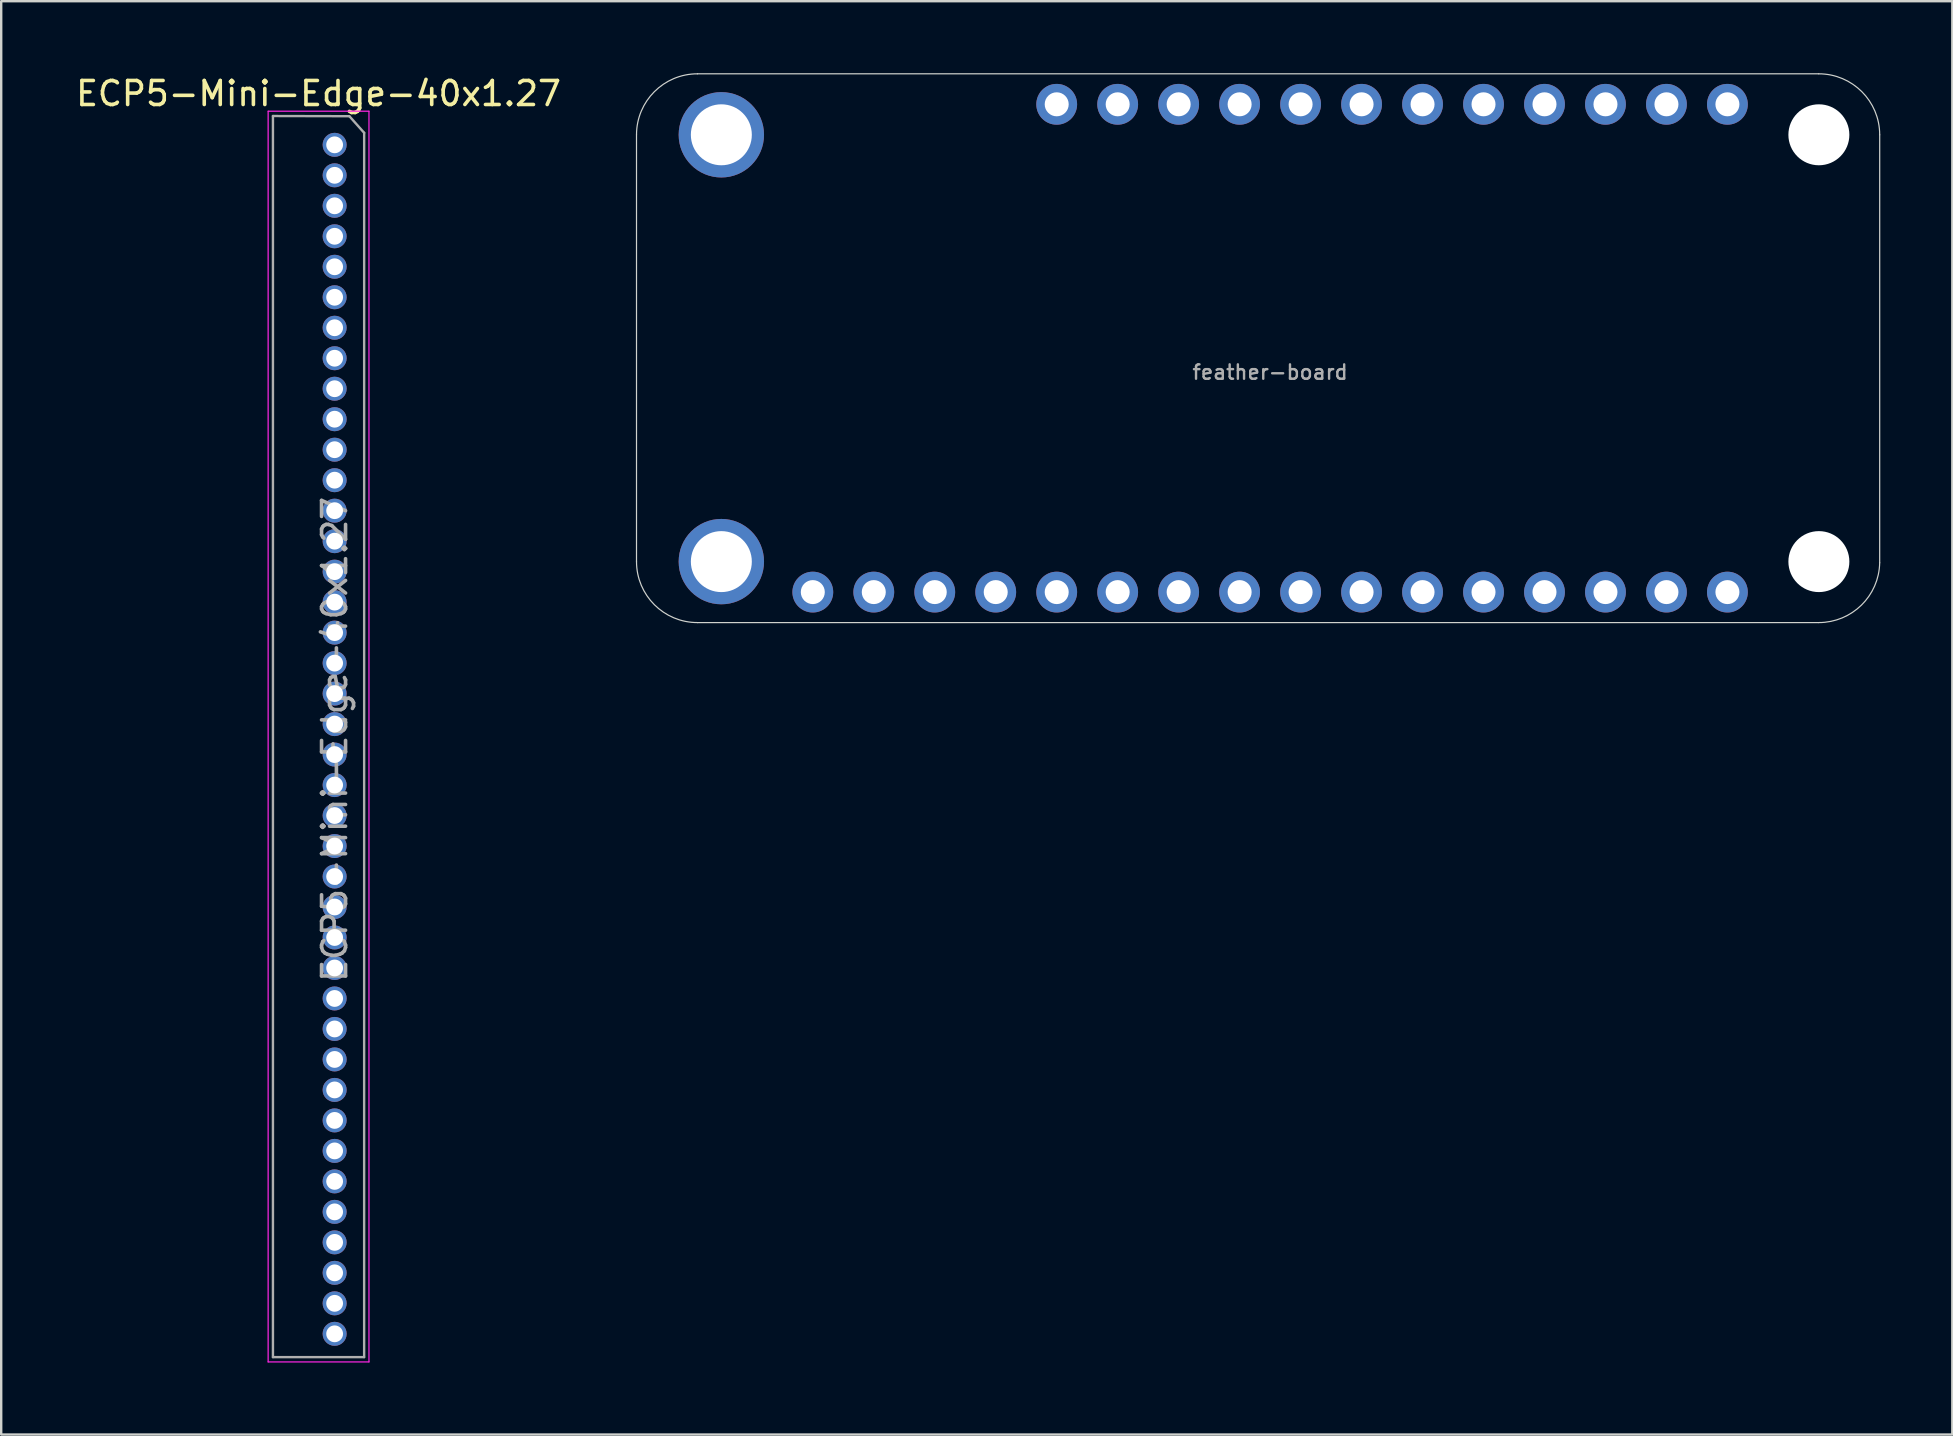
<source format=kicad_pcb>
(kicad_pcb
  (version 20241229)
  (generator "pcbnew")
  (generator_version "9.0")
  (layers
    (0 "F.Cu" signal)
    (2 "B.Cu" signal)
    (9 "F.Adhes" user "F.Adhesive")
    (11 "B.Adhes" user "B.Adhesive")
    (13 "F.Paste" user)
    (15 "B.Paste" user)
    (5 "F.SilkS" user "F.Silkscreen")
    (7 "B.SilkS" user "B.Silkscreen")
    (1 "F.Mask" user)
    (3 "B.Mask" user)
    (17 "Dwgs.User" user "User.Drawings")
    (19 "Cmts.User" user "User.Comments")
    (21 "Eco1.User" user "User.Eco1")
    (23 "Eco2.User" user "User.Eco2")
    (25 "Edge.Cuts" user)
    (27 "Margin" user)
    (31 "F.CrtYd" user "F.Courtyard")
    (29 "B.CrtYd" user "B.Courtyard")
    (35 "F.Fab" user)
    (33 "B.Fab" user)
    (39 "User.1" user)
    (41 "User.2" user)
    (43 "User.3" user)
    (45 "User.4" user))
  (footprint "feather-board"
    (layer "F.Cu")
    (at 49.859 11.455)
    (property "Reference" "feather-board" (at 0 1 0) (layer "F.Fab") (effects (font (size 0.6 0.6) (thickness 0.1))))
    (fp_line (start -26.394 -8.89) (end -26.394 8.89) (stroke (width 0.05) (type solid)) (layer "Edge.Cuts"))
    (fp_line (start -23.854 11.43) (end 22.854 11.43) (stroke (width 0.05) (type solid)) (layer "Edge.Cuts"))
    (fp_line (start 22.854 -11.43) (end -23.854 -11.43) (stroke (width 0.05) (type solid)) (layer "Edge.Cuts"))
    (fp_line (start 25.393 8.939) (end 25.394 -8.89) (stroke (width 0.05) (type solid)) (layer "Edge.Cuts"))
    (fp_arc (start -26.3936 -8.89) (mid -25.649651 -10.686051) (end -23.8536 -11.43) (stroke (width 0.05) (type solid)) (layer "Edge.Cuts"))
    (fp_arc (start -23.8536 11.43) (mid -25.649651 10.686051) (end -26.3936 8.89) (stroke (width 0.05) (type solid)) (layer "Edge.Cuts"))
    (fp_arc (start 22.8536 -11.43) (mid 24.649651 -10.686051) (end 25.3936 -8.89) (stroke (width 0.05) (type solid)) (layer "Edge.Cuts"))
    (fp_arc (start 25.393132 8.938762) (mid 24.632328 10.703209) (end 22.8536 11.43) (stroke (width 0.05) (type solid)) (layer "Edge.Cuts"))
    (fp_text user "${REFERENCE}" (at 17.78 8.89 180) (layer "Eco1.User") (effects (font (size 0.3 0.3) (thickness 0.03))))
    (pad "" np_thru_hole circle (at 22.86 -8.89) (size 2.54 2.54) (drill 2.54) (layers "*.Cu" "*.Mask"))
    (pad "" np_thru_hole circle (at 22.86 8.89) (size 2.54 2.54) (drill 2.54) (layers "*.Cu" "*.Mask"))
    (pad "1" thru_hole circle (at -19.05 10.16) (size 1.7 1.7) (drill 1) (layers "*.Cu" "*.Mask"))
    (pad "2" thru_hole circle (at -16.51 10.16) (size 1.7 1.7) (drill 1) (layers "*.Cu" "*.Mask"))
    (pad "3" thru_hole circle (at -13.97 10.16) (size 1.7 1.7) (drill 1) (layers "*.Cu" "*.Mask"))
    (pad "4" thru_hole circle (at -11.43 10.16) (size 1.7 1.7) (drill 1) (layers "*.Cu" "*.Mask"))
    (pad "5" thru_hole circle (at -8.89 10.16) (size 1.7 1.7) (drill 1) (layers "*.Cu" "*.Mask"))
    (pad "6" thru_hole circle (at -6.35 10.16) (size 1.7 1.7) (drill 1) (layers "*.Cu" "*.Mask"))
    (pad "7" thru_hole circle (at -3.81 10.16) (size 1.7 1.7) (drill 1) (layers "*.Cu" "*.Mask"))
    (pad "8" thru_hole circle (at -1.27 10.16) (size 1.7 1.7) (drill 1) (layers "*.Cu" "*.Mask"))
    (pad "9" thru_hole circle (at 1.27 10.16) (size 1.7 1.7) (drill 1) (layers "*.Cu" "*.Mask"))
    (pad "10" thru_hole circle (at 3.81 10.16) (size 1.7 1.7) (drill 1) (layers "*.Cu" "*.Mask"))
    (pad "11" thru_hole circle (at 6.35 10.16) (size 1.7 1.7) (drill 1) (layers "*.Cu" "*.Mask"))
    (pad "12" thru_hole circle (at 8.89 10.16) (size 1.7 1.7) (drill 1) (layers "*.Cu" "*.Mask"))
    (pad "13" thru_hole circle (at 11.43 10.16) (size 1.7 1.7) (drill 1) (layers "*.Cu" "*.Mask"))
    (pad "14" thru_hole circle (at 13.97 10.16) (size 1.7 1.7) (drill 1) (layers "*.Cu" "*.Mask"))
    (pad "15" thru_hole circle (at 16.51 10.16) (size 1.7 1.7) (drill 1) (layers "*.Cu" "*.Mask"))
    (pad "16" thru_hole circle (at 19.05 10.16) (size 1.7 1.7) (drill 1) (layers "*.Cu" "*.Mask"))
    (pad "17" thru_hole circle (at 19.05 -10.16) (size 1.7 1.7) (drill 1) (layers "*.Cu" "*.Mask"))
    (pad "18" thru_hole circle (at 16.51 -10.16) (size 1.7 1.7) (drill 1) (layers "*.Cu" "*.Mask"))
    (pad "19" thru_hole circle (at 13.97 -10.16) (size 1.7 1.7) (drill 1) (layers "*.Cu" "*.Mask"))
    (pad "20" thru_hole circle (at 11.43 -10.16) (size 1.7 1.7) (drill 1) (layers "*.Cu" "*.Mask"))
    (pad "21" thru_hole circle (at 8.89 -10.16) (size 1.7 1.7) (drill 1) (layers "*.Cu" "*.Mask"))
    (pad "22" thru_hole circle (at 6.35 -10.16) (size 1.7 1.7) (drill 1) (layers "*.Cu" "*.Mask"))
    (pad "23" thru_hole circle (at 3.81 -10.16) (size 1.7 1.7) (drill 1) (layers "*.Cu" "*.Mask"))
    (pad "24" thru_hole circle (at 1.27 -10.16) (size 1.7 1.7) (drill 1) (layers "*.Cu" "*.Mask"))
    (pad "25" thru_hole circle (at -1.27 -10.16) (size 1.7 1.7) (drill 1) (layers "*.Cu" "*.Mask"))
    (pad "26" thru_hole circle (at -3.81 -10.16) (size 1.7 1.7) (drill 1) (layers "*.Cu" "*.Mask"))
    (pad "27" thru_hole circle (at -6.35 -10.16) (size 1.7 1.7) (drill 1) (layers "*.Cu" "*.Mask"))
    (pad "28" thru_hole circle (at -8.89 -10.16) (size 1.7 1.7) (drill 1) (layers "*.Cu" "*.Mask"))
    (pad "GND" thru_hole circle (at -22.86 -8.89) (size 3.556 3.556) (drill 2.54) (layers "*.Cu" "*.Mask"))
    (pad "GND" thru_hole circle (at -22.86 8.89) (size 3.556 3.556) (drill 2.54) (layers "*.Cu" "*.Mask")))
  (footprint "ECP5-Mini-Edge-40x1.27"
    (layer "F.Cu")
    (at 9.62 2.983)
    (property "Reference" "ECP5-Mini-Edge-40x1.27" (at 0.6 -2.135 0) (layer "F.SilkS") (effects (font (size 1 1) (thickness 0.15))))
    (attr through_hole)
    (fp_line (start -1.5 50.7) (end -1.5 -1.4) (stroke (width 0.05) (type solid)) (layer "F.CrtYd"))
    (fp_line (start -1.499 -1.4) (end 2.7 -1.4) (stroke (width 0.05) (type solid)) (layer "F.CrtYd"))
    (fp_line (start 2.7 -1.4) (end 2.7 50.7) (stroke (width 0.05) (type solid)) (layer "F.CrtYd"))
    (fp_line (start 2.7 50.7) (end -1.5 50.7) (stroke (width 0.05) (type solid)) (layer "F.CrtYd"))
    (fp_line (start -1.3 -1.2) (end 1.879 -1.192) (stroke (width 0.1) (type solid)) (layer "F.Fab"))
    (fp_line (start -1.3 50.5) (end -1.3 -1.2) (stroke (width 0.1) (type solid)) (layer "F.Fab"))
    (fp_line (start 1.886 -1.19) (end 2.5 -0.5) (stroke (width 0.1) (type solid)) (layer "F.Fab"))
    (fp_line (start 2.497 50.502) (end -1.3 50.502) (stroke (width 0.1) (type solid)) (layer "F.Fab"))
    (fp_line (start 2.5 -0.5) (end 2.499 50.5) (stroke (width 0.1) (type solid)) (layer "F.Fab"))
    (fp_text user "${REFERENCE}" (at 1.27 24.765 90) (layer "F.Fab") (effects (font (size 1 1) (thickness 0.15))))
    (pad "1" thru_hole circle (at 1.27 0) (size 1 1) (drill 0.7) (layers "*.Cu" "*.Mask") (remove_unused_layers yes) (keep_end_layers yes) (zone_layer_connections))
    (pad "2" thru_hole oval (at 1.27 1.27) (size 1 1) (drill 0.7) (layers "*.Cu" "*.Mask") (remove_unused_layers yes) (keep_end_layers yes) (zone_layer_connections))
    (pad "3" thru_hole oval (at 1.27 2.54) (size 1 1) (drill 0.7) (layers "*.Cu" "*.Mask") (remove_unused_layers yes) (keep_end_layers yes) (zone_layer_connections))
    (pad "4" thru_hole oval (at 1.27 3.81) (size 1 1) (drill 0.7) (layers "*.Cu" "*.Mask") (remove_unused_layers yes) (keep_end_layers yes) (zone_layer_connections))
    (pad "5" thru_hole oval (at 1.27 5.08) (size 1 1) (drill 0.7) (layers "*.Cu" "*.Mask") (remove_unused_layers yes) (keep_end_layers yes) (zone_layer_connections))
    (pad "6" thru_hole oval (at 1.27 6.35) (size 1 1) (drill 0.7) (layers "*.Cu" "*.Mask") (remove_unused_layers yes) (keep_end_layers yes) (zone_layer_connections))
    (pad "7" thru_hole oval (at 1.27 7.62) (size 1 1) (drill 0.7) (layers "*.Cu" "*.Mask") (remove_unused_layers yes) (keep_end_layers yes) (zone_layer_connections))
    (pad "8" thru_hole oval (at 1.27 8.89) (size 1 1) (drill 0.7) (layers "*.Cu" "*.Mask") (remove_unused_layers yes) (keep_end_layers yes) (zone_layer_connections))
    (pad "9" thru_hole oval (at 1.27 10.16) (size 1 1) (drill 0.7) (layers "*.Cu" "*.Mask") (remove_unused_layers yes) (keep_end_layers yes) (zone_layer_connections))
    (pad "10" thru_hole oval (at 1.27 11.43) (size 1 1) (drill 0.7) (layers "*.Cu" "*.Mask") (remove_unused_layers yes) (keep_end_layers yes) (zone_layer_connections))
    (pad "11" thru_hole oval (at 1.27 12.7) (size 1 1) (drill 0.7) (layers "*.Cu" "*.Mask") (remove_unused_layers yes) (keep_end_layers yes) (zone_layer_connections))
    (pad "12" thru_hole oval (at 1.27 13.97) (size 1 1) (drill 0.7) (layers "*.Cu" "*.Mask") (remove_unused_layers yes) (keep_end_layers yes) (zone_layer_connections))
    (pad "13" thru_hole oval (at 1.27 15.24) (size 1 1) (drill 0.7) (layers "*.Cu" "*.Mask") (remove_unused_layers yes) (keep_end_layers yes) (zone_layer_connections))
    (pad "14" thru_hole oval (at 1.27 16.51) (size 1 1) (drill 0.7) (layers "*.Cu" "*.Mask") (remove_unused_layers yes) (keep_end_layers yes) (zone_layer_connections))
    (pad "15" thru_hole oval (at 1.27 17.78) (size 1 1) (drill 0.7) (layers "*.Cu" "*.Mask") (remove_unused_layers yes) (keep_end_layers yes) (zone_layer_connections))
    (pad "16" thru_hole oval (at 1.27 19.05) (size 1 1) (drill 0.7) (layers "*.Cu" "*.Mask") (remove_unused_layers yes) (keep_end_layers yes) (zone_layer_connections))
    (pad "17" thru_hole oval (at 1.27 20.32) (size 1 1) (drill 0.7) (layers "*.Cu" "*.Mask") (remove_unused_layers yes) (keep_end_layers yes) (zone_layer_connections))
    (pad "18" thru_hole oval (at 1.27 21.59) (size 1 1) (drill 0.7) (layers "*.Cu" "*.Mask"))
    (pad "19" thru_hole oval (at 1.27 22.86) (size 1 1) (drill 0.7) (layers "*.Cu" "*.Mask"))
    (pad "20" thru_hole oval (at 1.27 24.13) (size 1 1) (drill 0.7) (layers "*.Cu" "*.Mask"))
    (pad "21" thru_hole oval (at 1.27 25.4) (size 1 1) (drill 0.7) (layers "*.Cu" "*.Mask") (remove_unused_layers yes) (keep_end_layers yes) (zone_layer_connections))
    (pad "22" thru_hole oval (at 1.27 26.67) (size 1 1) (drill 0.7) (layers "*.Cu" "*.Mask") (remove_unused_layers yes) (keep_end_layers yes) (zone_layer_connections))
    (pad "23" thru_hole oval (at 1.27 27.94) (size 1 1) (drill 0.7) (layers "*.Cu" "*.Mask") (remove_unused_layers yes) (keep_end_layers yes) (zone_layer_connections))
    (pad "24" thru_hole oval (at 1.27 29.21) (size 1 1) (drill 0.7) (layers "*.Cu" "*.Mask") (remove_unused_layers yes) (keep_end_layers yes) (zone_layer_connections))
    (pad "25" thru_hole oval (at 1.27 30.48) (size 1 1) (drill 0.7) (layers "*.Cu" "*.Mask"))
    (pad "26" thru_hole oval (at 1.27 31.75) (size 1 1) (drill 0.7) (layers "*.Cu" "*.Mask"))
    (pad "27" thru_hole oval (at 1.27 33.02) (size 1 1) (drill 0.7) (layers "*.Cu" "*.Mask") (remove_unused_layers yes) (keep_end_layers yes) (zone_layer_connections))
    (pad "28" thru_hole oval (at 1.27 34.29) (size 1 1) (drill 0.7) (layers "*.Cu" "*.Mask"))
    (pad "29" thru_hole oval (at 1.27 35.56) (size 1 1) (drill 0.7) (layers "*.Cu" "*.Mask") (remove_unused_layers yes) (keep_end_layers yes) (zone_layer_connections))
    (pad "30" thru_hole oval (at 1.27 36.83) (size 1 1) (drill 0.7) (layers "*.Cu" "*.Mask") (remove_unused_layers yes) (keep_end_layers yes) (zone_layer_connections))
    (pad "31" thru_hole oval (at 1.27 38.1) (size 1 1) (drill 0.7) (layers "*.Cu" "*.Mask"))
    (pad "32" thru_hole oval (at 1.27 39.37) (size 1 1) (drill 0.7) (layers "*.Cu" "*.Mask") (remove_unused_layers yes) (keep_end_layers yes) (zone_layer_connections))
    (pad "33" thru_hole oval (at 1.27 40.64) (size 1 1) (drill 0.7) (layers "*.Cu" "*.Mask") (remove_unused_layers yes) (keep_end_layers yes) (zone_layer_connections))
    (pad "34" thru_hole oval (at 1.27 41.91) (size 1 1) (drill 0.7) (layers "*.Cu" "*.Mask") (remove_unused_layers yes) (keep_end_layers yes) (zone_layer_connections))
    (pad "35" thru_hole oval (at 1.27 43.18) (size 1 1) (drill 0.7) (layers "*.Cu" "*.Mask") (remove_unused_layers yes) (keep_end_layers yes) (zone_layer_connections))
    (pad "36" thru_hole oval (at 1.27 44.45) (size 1 1) (drill 0.7) (layers "*.Cu" "*.Mask"))
    (pad "37" thru_hole oval (at 1.27 45.72) (size 1 1) (drill 0.7) (layers "*.Cu" "*.Mask") (remove_unused_layers yes) (keep_end_layers yes) (zone_layer_connections))
    (pad "38" thru_hole oval (at 1.27 46.99) (size 1 1) (drill 0.7) (layers "*.Cu" "*.Mask"))
    (pad "39" thru_hole oval (at 1.27 48.26) (size 1 1) (drill 0.7) (layers "*.Cu" "*.Mask"))
    (pad "40" thru_hole oval (at 1.27 49.53) (size 1 1) (drill 0.7) (layers "*.Cu" "*.Mask")))
  (gr_rect
    (start -3 -3)
    (end 78.278 56.708)
    (stroke (width 0.1) (type default))
    (fill no)
    (layer "Edge.Cuts")))
</source>
